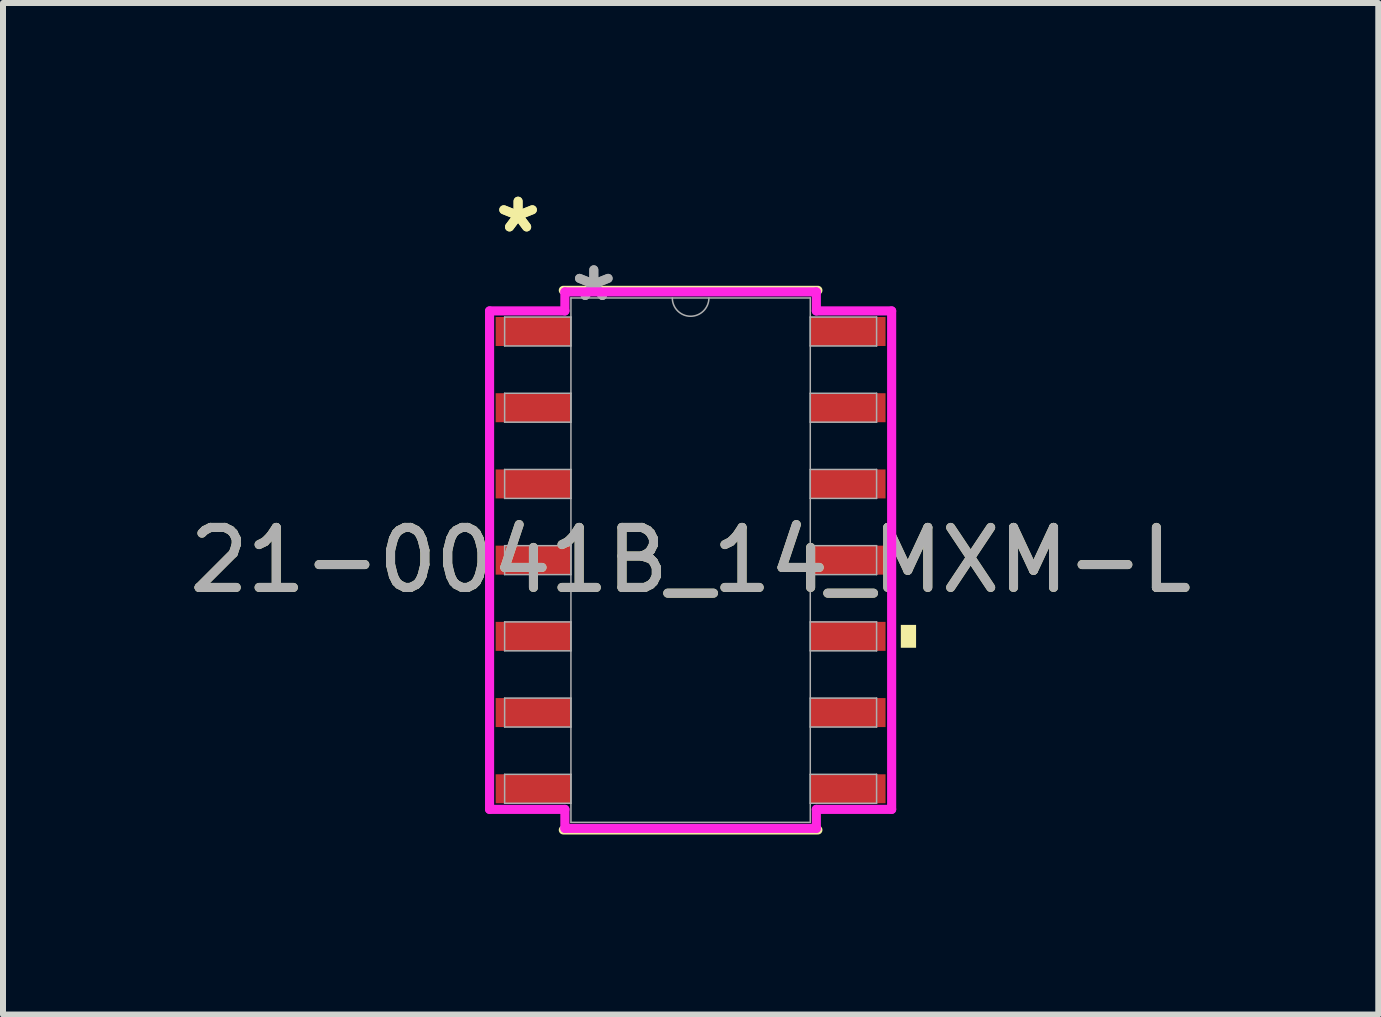
<source format=kicad_pcb>
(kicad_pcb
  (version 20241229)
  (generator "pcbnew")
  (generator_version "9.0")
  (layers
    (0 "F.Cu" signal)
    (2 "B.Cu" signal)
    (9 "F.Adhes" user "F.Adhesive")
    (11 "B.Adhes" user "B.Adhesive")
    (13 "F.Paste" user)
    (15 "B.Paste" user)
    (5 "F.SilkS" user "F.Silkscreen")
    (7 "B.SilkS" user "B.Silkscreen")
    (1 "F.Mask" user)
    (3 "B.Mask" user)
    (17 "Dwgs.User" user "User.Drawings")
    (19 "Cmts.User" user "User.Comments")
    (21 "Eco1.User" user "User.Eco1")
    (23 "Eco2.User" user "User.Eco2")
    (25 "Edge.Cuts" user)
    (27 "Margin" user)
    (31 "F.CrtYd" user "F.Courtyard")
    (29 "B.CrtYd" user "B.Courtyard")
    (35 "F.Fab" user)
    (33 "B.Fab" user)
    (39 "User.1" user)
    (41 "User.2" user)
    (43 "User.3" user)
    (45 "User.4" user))
  (footprint "21-0041B_14_MXM-L"
    (layer "F.Cu")
    (at 8.458 6.284)
    (property "Reference" "21-0041B_14_MXM-L" (at 0 0 0) (unlocked yes) (layer "F.SilkS") (effects (font (size 1 1) (thickness 0.15))))
    (attr smd)
    (fp_line (start -2.121 4.496) (end 2.121 4.496) (stroke (width 0.152) (type solid)) (layer "F.SilkS"))
    (fp_line (start 2.121 -4.496) (end -2.121 -4.496) (stroke (width 0.152) (type solid)) (layer "F.SilkS"))
    (fp_poly (pts (xy 3.757 1.079) (xy 3.757 1.46) (xy 3.503 1.46) (xy 3.503 1.079)) (stroke (width 0) (type solid)) (fill yes) (layer "F.SilkS"))
    (fp_line (start -3.35 -4.153) (end -2.095 -4.153) (stroke (width 0.152) (type solid)) (layer "F.CrtYd"))
    (fp_line (start -3.35 4.153) (end -3.35 -4.153) (stroke (width 0.152) (type solid)) (layer "F.CrtYd"))
    (fp_line (start -3.35 4.153) (end -2.095 4.153) (stroke (width 0.152) (type solid)) (layer "F.CrtYd"))
    (fp_line (start -2.095 -4.47) (end 2.095 -4.47) (stroke (width 0.152) (type solid)) (layer "F.CrtYd"))
    (fp_line (start -2.095 -4.153) (end -2.095 -4.47) (stroke (width 0.152) (type solid)) (layer "F.CrtYd"))
    (fp_line (start -2.095 4.47) (end -2.095 4.153) (stroke (width 0.152) (type solid)) (layer "F.CrtYd"))
    (fp_line (start 2.095 -4.47) (end 2.095 -4.153) (stroke (width 0.152) (type solid)) (layer "F.CrtYd"))
    (fp_line (start 2.095 4.153) (end 2.095 4.47) (stroke (width 0.152) (type solid)) (layer "F.CrtYd"))
    (fp_line (start 2.095 4.47) (end -2.095 4.47) (stroke (width 0.152) (type solid)) (layer "F.CrtYd"))
    (fp_line (start 3.35 -4.153) (end 2.095 -4.153) (stroke (width 0.152) (type solid)) (layer "F.CrtYd"))
    (fp_line (start 3.35 -4.153) (end 3.35 4.153) (stroke (width 0.152) (type solid)) (layer "F.CrtYd"))
    (fp_line (start 3.35 4.153) (end 2.095 4.153) (stroke (width 0.152) (type solid)) (layer "F.CrtYd"))
    (fp_line (start -3.099 -4.051) (end -3.099 -3.569) (stroke (width 0.025) (type solid)) (layer "F.Fab"))
    (fp_line (start -3.099 -3.569) (end -1.994 -3.569) (stroke (width 0.025) (type solid)) (layer "F.Fab"))
    (fp_line (start -3.099 -2.781) (end -3.099 -2.299) (stroke (width 0.025) (type solid)) (layer "F.Fab"))
    (fp_line (start -3.099 -2.299) (end -1.994 -2.299) (stroke (width 0.025) (type solid)) (layer "F.Fab"))
    (fp_line (start -3.099 -1.511) (end -3.099 -1.029) (stroke (width 0.025) (type solid)) (layer "F.Fab"))
    (fp_line (start -3.099 -1.029) (end -1.994 -1.029) (stroke (width 0.025) (type solid)) (layer "F.Fab"))
    (fp_line (start -3.099 -0.241) (end -3.099 0.241) (stroke (width 0.025) (type solid)) (layer "F.Fab"))
    (fp_line (start -3.099 0.241) (end -1.994 0.241) (stroke (width 0.025) (type solid)) (layer "F.Fab"))
    (fp_line (start -3.099 1.029) (end -3.099 1.511) (stroke (width 0.025) (type solid)) (layer "F.Fab"))
    (fp_line (start -3.099 1.511) (end -1.994 1.511) (stroke (width 0.025) (type solid)) (layer "F.Fab"))
    (fp_line (start -3.099 2.299) (end -3.099 2.781) (stroke (width 0.025) (type solid)) (layer "F.Fab"))
    (fp_line (start -3.099 2.781) (end -1.994 2.781) (stroke (width 0.025) (type solid)) (layer "F.Fab"))
    (fp_line (start -3.099 3.569) (end -3.099 4.051) (stroke (width 0.025) (type solid)) (layer "F.Fab"))
    (fp_line (start -3.099 4.051) (end -1.994 4.051) (stroke (width 0.025) (type solid)) (layer "F.Fab"))
    (fp_line (start -1.994 -4.369) (end -1.994 4.369) (stroke (width 0.025) (type solid)) (layer "F.Fab"))
    (fp_line (start -1.994 -4.051) (end -3.099 -4.051) (stroke (width 0.025) (type solid)) (layer "F.Fab"))
    (fp_line (start -1.994 -3.569) (end -1.994 -4.051) (stroke (width 0.025) (type solid)) (layer "F.Fab"))
    (fp_line (start -1.994 -2.781) (end -3.099 -2.781) (stroke (width 0.025) (type solid)) (layer "F.Fab"))
    (fp_line (start -1.994 -2.299) (end -1.994 -2.781) (stroke (width 0.025) (type solid)) (layer "F.Fab"))
    (fp_line (start -1.994 -1.511) (end -3.099 -1.511) (stroke (width 0.025) (type solid)) (layer "F.Fab"))
    (fp_line (start -1.994 -1.029) (end -1.994 -1.511) (stroke (width 0.025) (type solid)) (layer "F.Fab"))
    (fp_line (start -1.994 -0.241) (end -3.099 -0.241) (stroke (width 0.025) (type solid)) (layer "F.Fab"))
    (fp_line (start -1.994 0.241) (end -1.994 -0.241) (stroke (width 0.025) (type solid)) (layer "F.Fab"))
    (fp_line (start -1.994 1.029) (end -3.099 1.029) (stroke (width 0.025) (type solid)) (layer "F.Fab"))
    (fp_line (start -1.994 1.511) (end -1.994 1.029) (stroke (width 0.025) (type solid)) (layer "F.Fab"))
    (fp_line (start -1.994 2.299) (end -3.099 2.299) (stroke (width 0.025) (type solid)) (layer "F.Fab"))
    (fp_line (start -1.994 2.781) (end -1.994 2.299) (stroke (width 0.025) (type solid)) (layer "F.Fab"))
    (fp_line (start -1.994 3.569) (end -3.099 3.569) (stroke (width 0.025) (type solid)) (layer "F.Fab"))
    (fp_line (start -1.994 4.051) (end -1.994 3.569) (stroke (width 0.025) (type solid)) (layer "F.Fab"))
    (fp_line (start -1.994 4.369) (end 1.994 4.369) (stroke (width 0.025) (type solid)) (layer "F.Fab"))
    (fp_line (start 1.994 -4.369) (end -1.994 -4.369) (stroke (width 0.025) (type solid)) (layer "F.Fab"))
    (fp_line (start 1.994 -4.051) (end 1.994 -3.569) (stroke (width 0.025) (type solid)) (layer "F.Fab"))
    (fp_line (start 1.994 -3.569) (end 3.099 -3.569) (stroke (width 0.025) (type solid)) (layer "F.Fab"))
    (fp_line (start 1.994 -2.781) (end 1.994 -2.299) (stroke (width 0.025) (type solid)) (layer "F.Fab"))
    (fp_line (start 1.994 -2.299) (end 3.099 -2.299) (stroke (width 0.025) (type solid)) (layer "F.Fab"))
    (fp_line (start 1.994 -1.511) (end 1.994 -1.029) (stroke (width 0.025) (type solid)) (layer "F.Fab"))
    (fp_line (start 1.994 -1.029) (end 3.099 -1.029) (stroke (width 0.025) (type solid)) (layer "F.Fab"))
    (fp_line (start 1.994 -0.241) (end 1.994 0.241) (stroke (width 0.025) (type solid)) (layer "F.Fab"))
    (fp_line (start 1.994 0.241) (end 3.099 0.241) (stroke (width 0.025) (type solid)) (layer "F.Fab"))
    (fp_line (start 1.994 1.029) (end 1.994 1.511) (stroke (width 0.025) (type solid)) (layer "F.Fab"))
    (fp_line (start 1.994 1.511) (end 3.099 1.511) (stroke (width 0.025) (type solid)) (layer "F.Fab"))
    (fp_line (start 1.994 2.299) (end 1.994 2.781) (stroke (width 0.025) (type solid)) (layer "F.Fab"))
    (fp_line (start 1.994 2.781) (end 3.099 2.781) (stroke (width 0.025) (type solid)) (layer "F.Fab"))
    (fp_line (start 1.994 3.569) (end 1.994 4.051) (stroke (width 0.025) (type solid)) (layer "F.Fab"))
    (fp_line (start 1.994 4.051) (end 3.099 4.051) (stroke (width 0.025) (type solid)) (layer "F.Fab"))
    (fp_line (start 1.994 4.369) (end 1.994 -4.369) (stroke (width 0.025) (type solid)) (layer "F.Fab"))
    (fp_line (start 3.099 -4.051) (end 1.994 -4.051) (stroke (width 0.025) (type solid)) (layer "F.Fab"))
    (fp_line (start 3.099 -3.569) (end 3.099 -4.051) (stroke (width 0.025) (type solid)) (layer "F.Fab"))
    (fp_line (start 3.099 -2.781) (end 1.994 -2.781) (stroke (width 0.025) (type solid)) (layer "F.Fab"))
    (fp_line (start 3.099 -2.299) (end 3.099 -2.781) (stroke (width 0.025) (type solid)) (layer "F.Fab"))
    (fp_line (start 3.099 -1.511) (end 1.994 -1.511) (stroke (width 0.025) (type solid)) (layer "F.Fab"))
    (fp_line (start 3.099 -1.029) (end 3.099 -1.511) (stroke (width 0.025) (type solid)) (layer "F.Fab"))
    (fp_line (start 3.099 -0.241) (end 1.994 -0.241) (stroke (width 0.025) (type solid)) (layer "F.Fab"))
    (fp_line (start 3.099 0.241) (end 3.099 -0.241) (stroke (width 0.025) (type solid)) (layer "F.Fab"))
    (fp_line (start 3.099 1.029) (end 1.994 1.029) (stroke (width 0.025) (type solid)) (layer "F.Fab"))
    (fp_line (start 3.099 1.511) (end 3.099 1.029) (stroke (width 0.025) (type solid)) (layer "F.Fab"))
    (fp_line (start 3.099 2.299) (end 1.994 2.299) (stroke (width 0.025) (type solid)) (layer "F.Fab"))
    (fp_line (start 3.099 2.781) (end 3.099 2.299) (stroke (width 0.025) (type solid)) (layer "F.Fab"))
    (fp_line (start 3.099 3.569) (end 1.994 3.569) (stroke (width 0.025) (type solid)) (layer "F.Fab"))
    (fp_line (start 3.099 4.051) (end 3.099 3.569) (stroke (width 0.025) (type solid)) (layer "F.Fab"))
    (fp_arc (start 0.3048 -4.3688) (mid 0 -4.064) (end -0.3048 -4.3688) (stroke (width 0.0254) (type solid)) (layer "F.Fab"))
    (fp_text user "*" (at -2.875 -5.436 0) (layer "F.SilkS") (effects (font (size 1 1) (thickness 0.15))))
    (fp_text user "*" (at -2.875 -5.436 0) (unlocked yes) (layer "F.SilkS") (effects (font (size 1 1) (thickness 0.15))))
    (fp_text user "*" (at -1.613 -4.293 0) (unlocked yes) (layer "F.Fab") (effects (font (size 1 1) (thickness 0.15))))
    (fp_text user "${REFERENCE}" (at 0 0 0) (unlocked yes) (layer "F.Fab") (effects (font (size 1 1) (thickness 0.15))))
    (fp_text user "*" (at -1.613 -4.293 0) (layer "F.Fab") (effects (font (size 1 1) (thickness 0.15))))
    (pad "1" smd rect (at -2.621 -3.81) (size 1.255 0.483) (layers "F.Cu" "F.Mask" "F.Paste"))
    (pad "2" smd rect (at -2.621 -2.54) (size 1.255 0.483) (layers "F.Cu" "F.Mask" "F.Paste"))
    (pad "3" smd rect (at -2.621 -1.27) (size 1.255 0.483) (layers "F.Cu" "F.Mask" "F.Paste"))
    (pad "4" smd rect (at -2.621 0) (size 1.255 0.483) (layers "F.Cu" "F.Mask" "F.Paste"))
    (pad "5" smd rect (at -2.621 1.27) (size 1.255 0.483) (layers "F.Cu" "F.Mask" "F.Paste"))
    (pad "6" smd rect (at -2.621 2.54) (size 1.255 0.483) (layers "F.Cu" "F.Mask" "F.Paste"))
    (pad "7" smd rect (at -2.621 3.81) (size 1.255 0.483) (layers "F.Cu" "F.Mask" "F.Paste"))
    (pad "8" smd rect (at 2.621 3.81) (size 1.255 0.483) (layers "F.Cu" "F.Mask" "F.Paste"))
    (pad "9" smd rect (at 2.621 2.54) (size 1.255 0.483) (layers "F.Cu" "F.Mask" "F.Paste"))
    (pad "10" smd rect (at 2.621 1.27) (size 1.255 0.483) (layers "F.Cu" "F.Mask" "F.Paste"))
    (pad "11" smd rect (at 2.621 0) (size 1.255 0.483) (layers "F.Cu" "F.Mask" "F.Paste"))
    (pad "12" smd rect (at 2.621 -1.27) (size 1.255 0.483) (layers "F.Cu" "F.Mask" "F.Paste"))
    (pad "13" smd rect (at 2.621 -2.54) (size 1.255 0.483) (layers "F.Cu" "F.Mask" "F.Paste"))
    (pad "14" smd rect (at 2.621 -3.81) (size 1.255 0.483) (layers "F.Cu" "F.Mask" "F.Paste")))
  (gr_rect
    (start -3 -3)
    (end 19.917 13.856)
    (stroke (width 0.1) (type default))
    (fill no)
    (layer "Edge.Cuts")))
</source>
